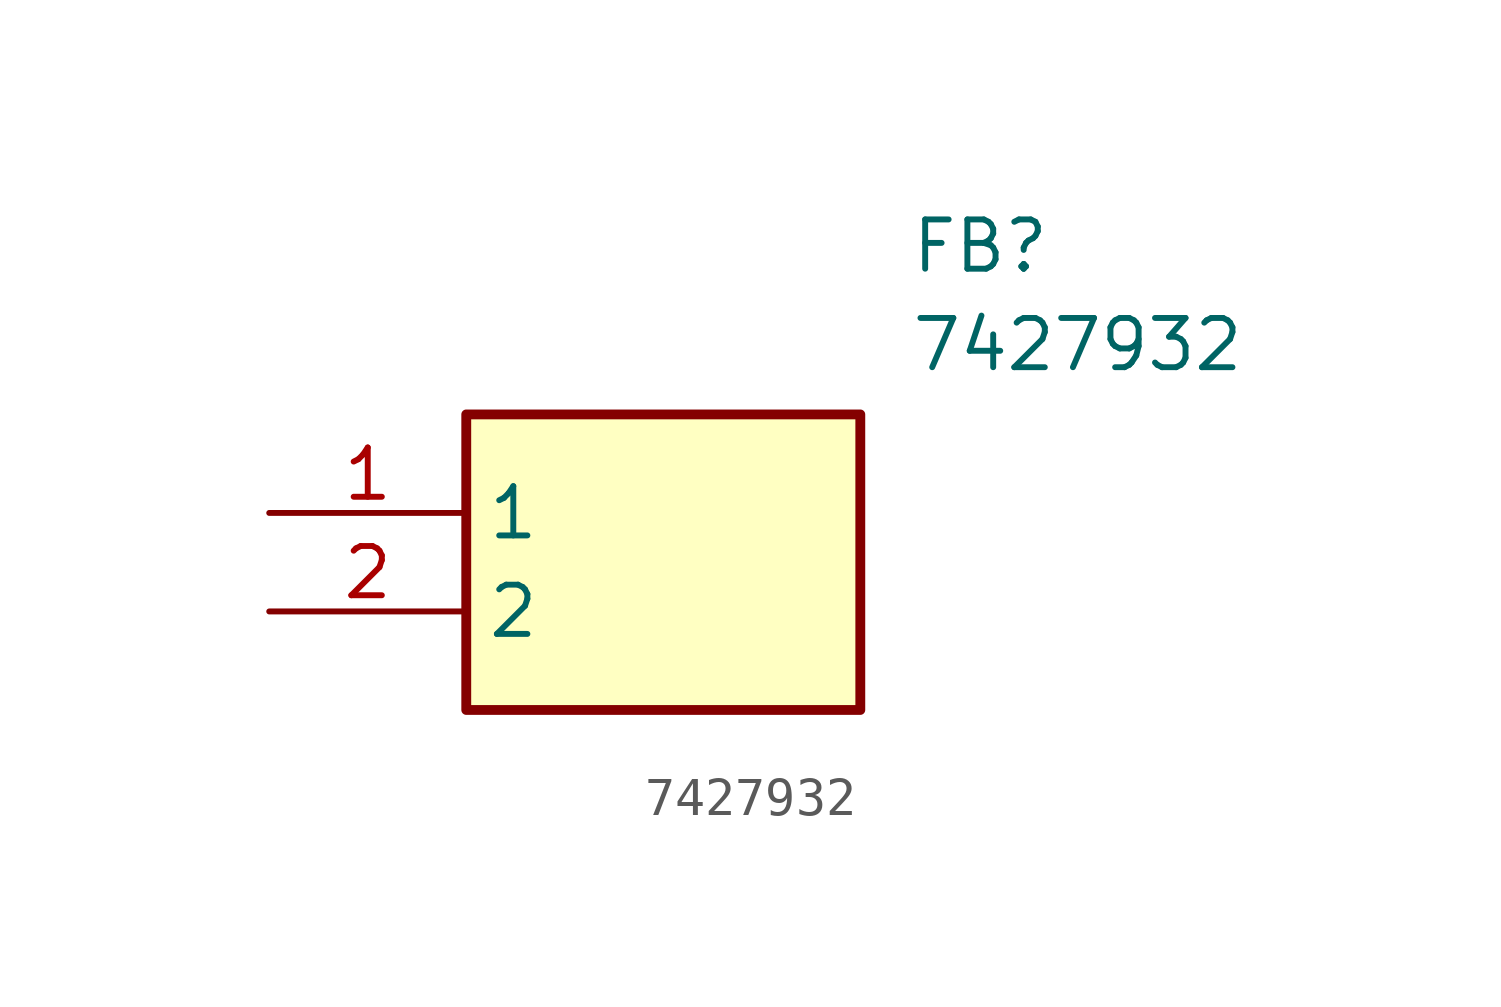
<source format=kicad_sym>
(kicad_symbol_lib
  (version 20211014)
  (generator SamacSys_ECAD_Model)
  (symbol "7427932"
    (property "Reference" "FB"
      (at 16.51 7.62 0)
      (effects (font (size 1.27 1.27)) (justify left top)))
    (property "Value" "7427932"
      (at 16.51 5.08 0)
      (effects (font (size 1.27 1.27)) (justify left top)))
    (rectangle
      (start 5.08 2.54)
      (end 15.24 -5.08)
      (stroke (width 0.254) (type default))
      (fill (type background)))
    (pin passive line
      (at 0 0 0)
      (length 5.08)
      (name "1" (effects (font (size 1.27 1.27))))
      (number "1" (effects (font (size 1.27 1.27)))))
    (pin passive line
      (at 0 -2.54 0)
      (length 5.08)
      (name "2" (effects (font (size 1.27 1.27))))
      (number "2" (effects (font (size 1.27 1.27)))))))
</source>
